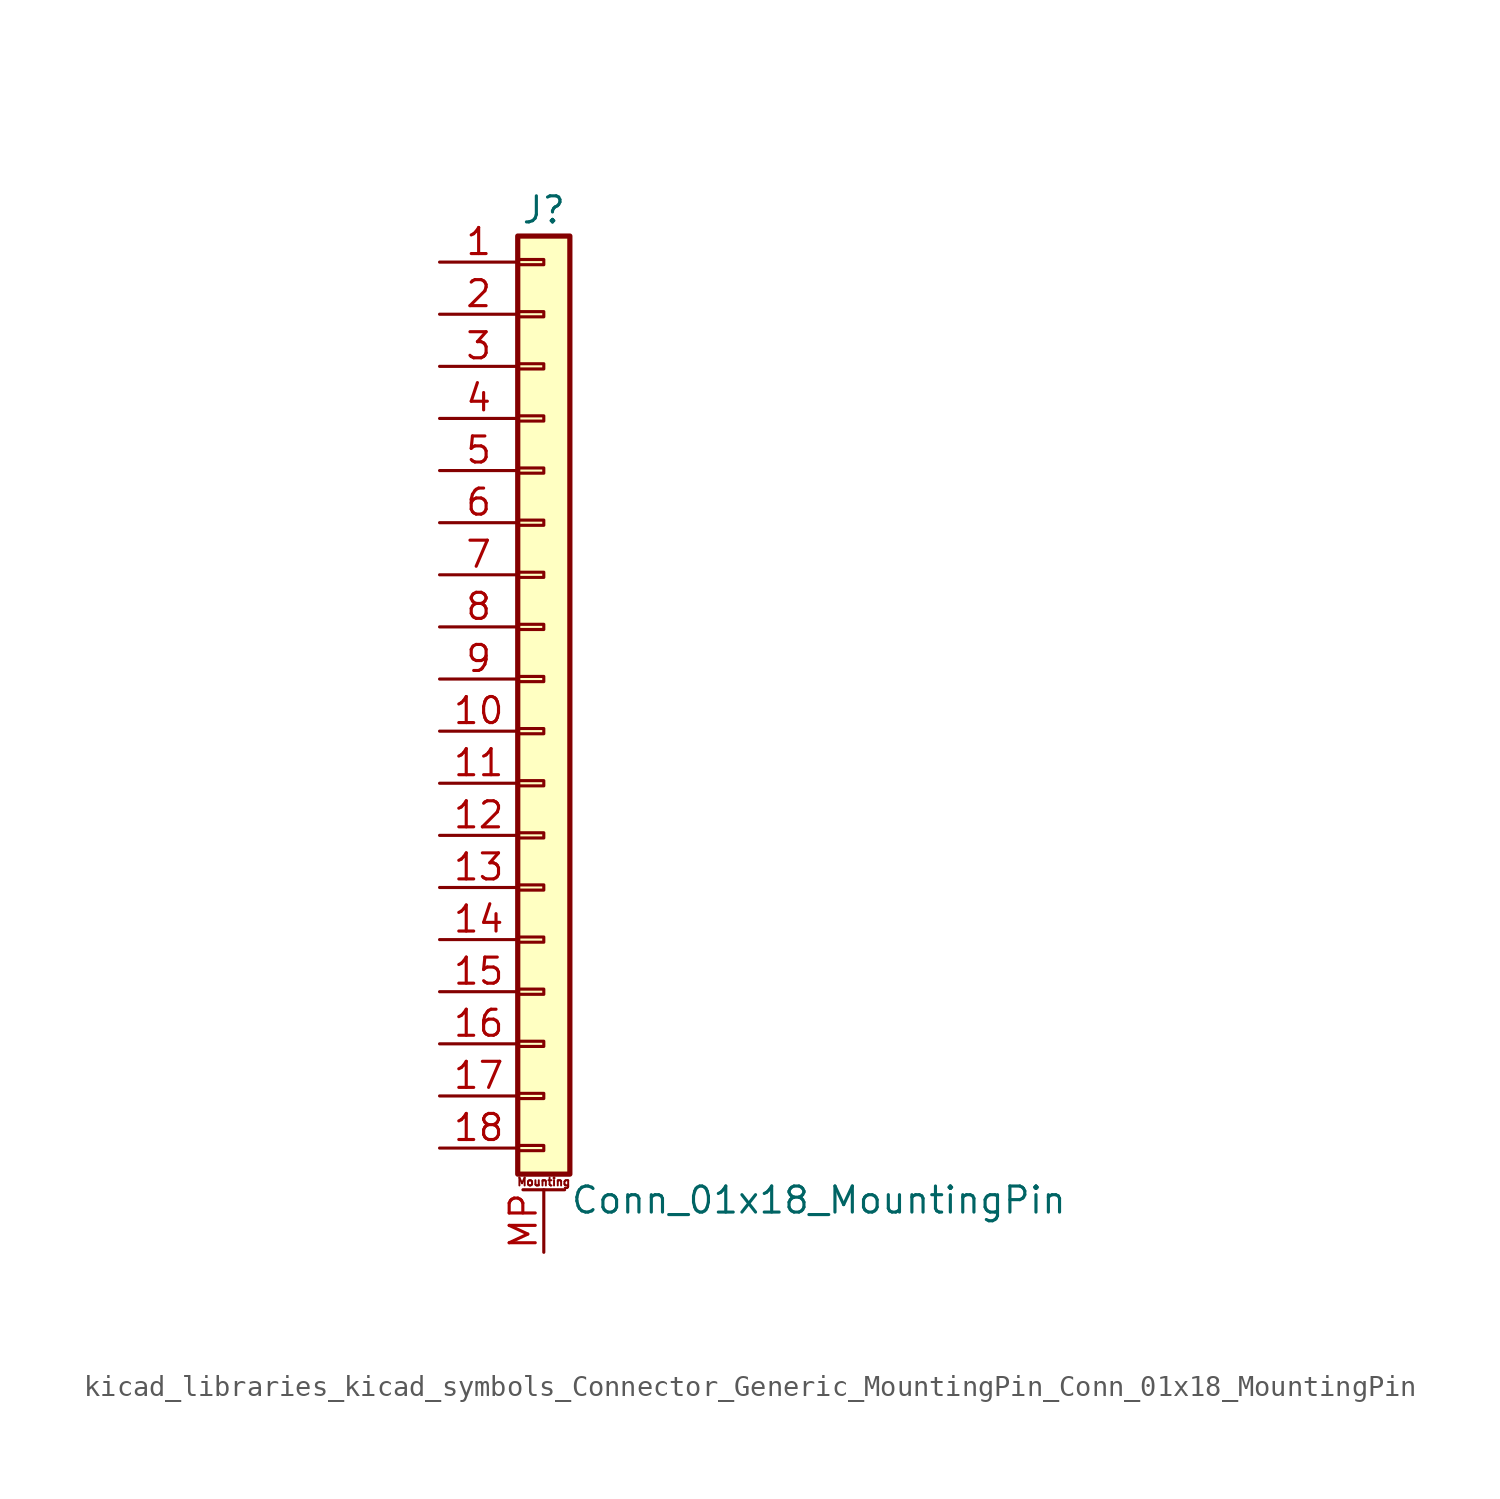
<source format=kicad_sym>
(kicad_symbol_lib
  (version 20220914)
  (generator kicad_symbol_editor)
  (symbol "kicad_libraries_kicad_symbols_Connector_Generic_MountingPin_Conn_01x18_MountingPin"
    (pin_names
      (offset 1.016) hide)
    (property "Reference" "J"
      (at 0 22.86 0)
      (effects (font (size 1.27 1.27))))
    (property "Value" "Conn_01x18_MountingPin"
      (at 1.27 -25.4 0)
      (effects (font (size 1.27 1.27)) (justify left)))
    (symbol "kicad_libraries_kicad_symbols_Connector_Generic_MountingPin_Conn_01x18_MountingPin_1_1"
      (rectangle (start -1.27 -22.733) (end 0 -22.987) (stroke (width 0.152) (type default)) (fill (type none)))
      (rectangle (start -1.27 -20.193) (end 0 -20.447) (stroke (width 0.152) (type default)) (fill (type none)))
      (rectangle (start -1.27 -17.653) (end 0 -17.907) (stroke (width 0.152) (type default)) (fill (type none)))
      (rectangle (start -1.27 -15.113) (end 0 -15.367) (stroke (width 0.152) (type default)) (fill (type none)))
      (rectangle (start -1.27 -12.573) (end 0 -12.827) (stroke (width 0.152) (type default)) (fill (type none)))
      (rectangle (start -1.27 -10.033) (end 0 -10.287) (stroke (width 0.152) (type default)) (fill (type none)))
      (rectangle (start -1.27 -7.493) (end 0 -7.747) (stroke (width 0.152) (type default)) (fill (type none)))
      (rectangle (start -1.27 -4.953) (end 0 -5.207) (stroke (width 0.152) (type default)) (fill (type none)))
      (rectangle (start -1.27 -2.413) (end 0 -2.667) (stroke (width 0.152) (type default)) (fill (type none)))
      (rectangle (start -1.27 0.127) (end 0 -0.127) (stroke (width 0.152) (type default)) (fill (type none)))
      (rectangle (start -1.27 2.667) (end 0 2.413) (stroke (width 0.152) (type default)) (fill (type none)))
      (rectangle (start -1.27 5.207) (end 0 4.953) (stroke (width 0.152) (type default)) (fill (type none)))
      (rectangle (start -1.27 7.747) (end 0 7.493) (stroke (width 0.152) (type default)) (fill (type none)))
      (rectangle (start -1.27 10.287) (end 0 10.033) (stroke (width 0.152) (type default)) (fill (type none)))
      (rectangle (start -1.27 12.827) (end 0 12.573) (stroke (width 0.152) (type default)) (fill (type none)))
      (rectangle (start -1.27 15.367) (end 0 15.113) (stroke (width 0.152) (type default)) (fill (type none)))
      (rectangle (start -1.27 17.907) (end 0 17.653) (stroke (width 0.152) (type default)) (fill (type none)))
      (rectangle (start -1.27 20.447) (end 0 20.193) (stroke (width 0.152) (type default)) (fill (type none)))
      (rectangle (start -1.27 21.59) (end 1.27 -24.13) (stroke (width 0.254) (type default)) (fill (type background)))
      (polyline (pts (xy -1.016 -24.892) (xy 1.016 -24.892)) (stroke (width 0.152) (type default)) (fill (type none)))
      (text "Mounting" (at 0 -24.511 0) (effects (font (size 0.381 0.381))))
      (pin passive line (at -5.08 20.32 0) (length 3.81) (name "Pin_1" (effects (font (size 1.27 1.27)))) (number "1" (effects (font (size 1.27 1.27)))))
      (pin passive line (at -5.08 -2.54 0) (length 3.81) (name "Pin_10" (effects (font (size 1.27 1.27)))) (number "10" (effects (font (size 1.27 1.27)))))
      (pin passive line (at -5.08 -5.08 0) (length 3.81) (name "Pin_11" (effects (font (size 1.27 1.27)))) (number "11" (effects (font (size 1.27 1.27)))))
      (pin passive line (at -5.08 -7.62 0) (length 3.81) (name "Pin_12" (effects (font (size 1.27 1.27)))) (number "12" (effects (font (size 1.27 1.27)))))
      (pin passive line (at -5.08 -10.16 0) (length 3.81) (name "Pin_13" (effects (font (size 1.27 1.27)))) (number "13" (effects (font (size 1.27 1.27)))))
      (pin passive line (at -5.08 -12.7 0) (length 3.81) (name "Pin_14" (effects (font (size 1.27 1.27)))) (number "14" (effects (font (size 1.27 1.27)))))
      (pin passive line (at -5.08 -15.24 0) (length 3.81) (name "Pin_15" (effects (font (size 1.27 1.27)))) (number "15" (effects (font (size 1.27 1.27)))))
      (pin passive line (at -5.08 -17.78 0) (length 3.81) (name "Pin_16" (effects (font (size 1.27 1.27)))) (number "16" (effects (font (size 1.27 1.27)))))
      (pin passive line (at -5.08 -20.32 0) (length 3.81) (name "Pin_17" (effects (font (size 1.27 1.27)))) (number "17" (effects (font (size 1.27 1.27)))))
      (pin passive line (at -5.08 -22.86 0) (length 3.81) (name "Pin_18" (effects (font (size 1.27 1.27)))) (number "18" (effects (font (size 1.27 1.27)))))
      (pin passive line (at -5.08 17.78 0) (length 3.81) (name "Pin_2" (effects (font (size 1.27 1.27)))) (number "2" (effects (font (size 1.27 1.27)))))
      (pin passive line (at -5.08 15.24 0) (length 3.81) (name "Pin_3" (effects (font (size 1.27 1.27)))) (number "3" (effects (font (size 1.27 1.27)))))
      (pin passive line (at -5.08 12.7 0) (length 3.81) (name "Pin_4" (effects (font (size 1.27 1.27)))) (number "4" (effects (font (size 1.27 1.27)))))
      (pin passive line (at -5.08 10.16 0) (length 3.81) (name "Pin_5" (effects (font (size 1.27 1.27)))) (number "5" (effects (font (size 1.27 1.27)))))
      (pin passive line (at -5.08 7.62 0) (length 3.81) (name "Pin_6" (effects (font (size 1.27 1.27)))) (number "6" (effects (font (size 1.27 1.27)))))
      (pin passive line (at -5.08 5.08 0) (length 3.81) (name "Pin_7" (effects (font (size 1.27 1.27)))) (number "7" (effects (font (size 1.27 1.27)))))
      (pin passive line (at -5.08 2.54 0) (length 3.81) (name "Pin_8" (effects (font (size 1.27 1.27)))) (number "8" (effects (font (size 1.27 1.27)))))
      (pin passive line (at -5.08 0 0) (length 3.81) (name "Pin_9" (effects (font (size 1.27 1.27)))) (number "9" (effects (font (size 1.27 1.27)))))
      (pin passive line (at 0 -27.94 90) (length 3.048) (name "MountPin" (effects (font (size 1.27 1.27)))) (number "MP" (effects (font (size 1.27 1.27))))))))
</source>
